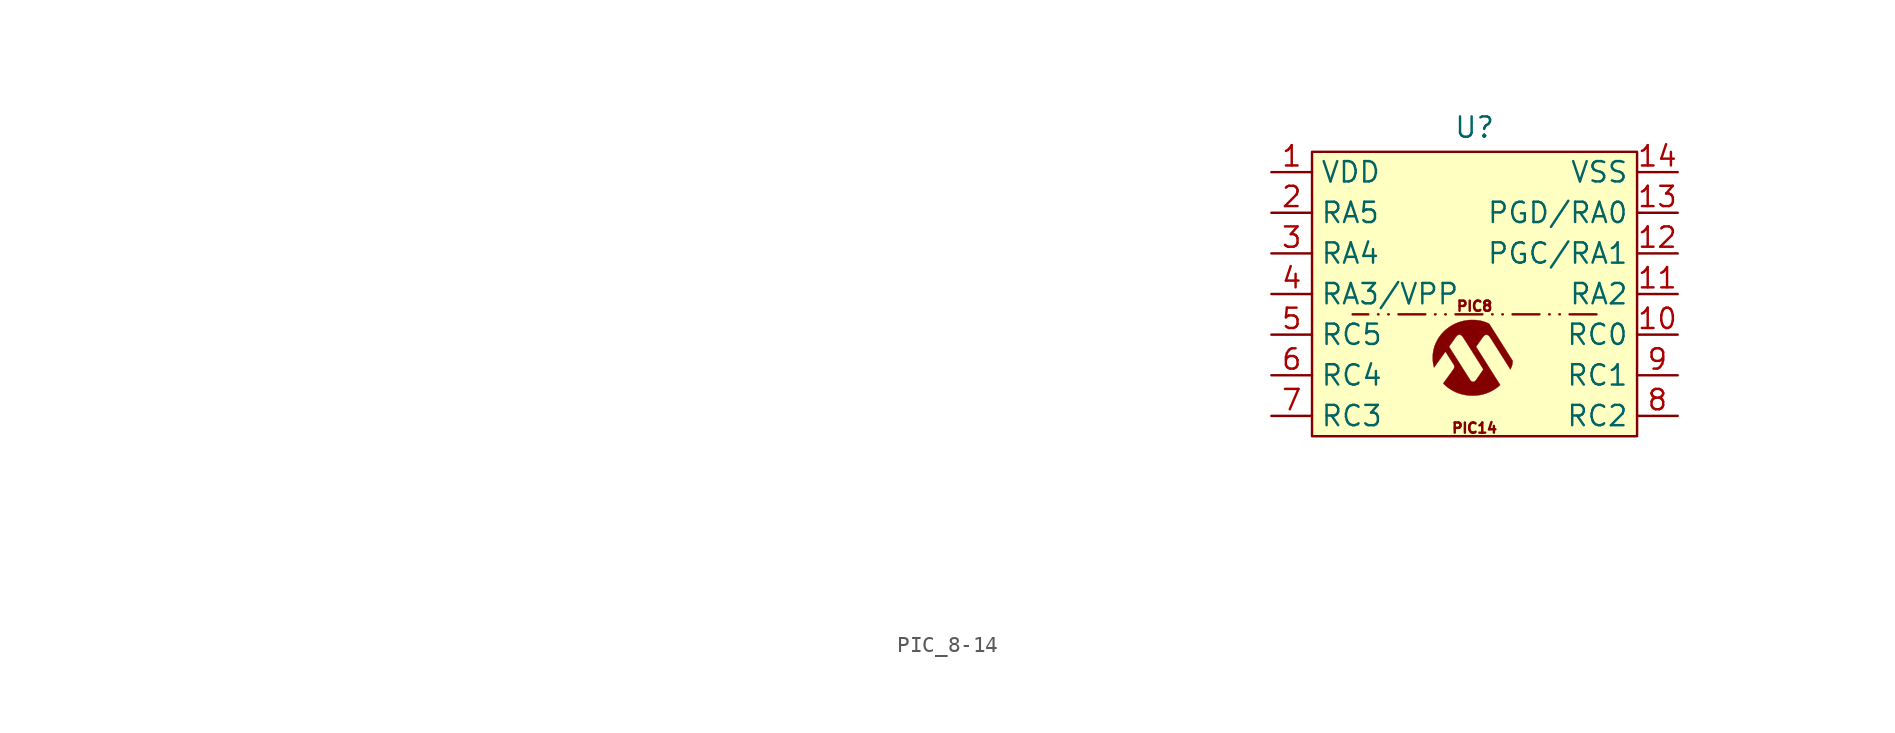
<source format=kicad_sym>
(kicad_symbol_lib
  (version 20241209)
  (generator "kicad_symbol_editor")
  (generator_version "9.0")
  (symbol "PIC_8-14"
    (property "Reference" "U"
      (at 0 10.414 0)
      (effects (font (size 1.27 1.27))))
    (property "Value" ""
      (at -78.74 -17.78 0)
      (effects (font (size 1.27 1.27))))
    (symbol "PIC_8-14_0_0"
      (polyline (pts (xy 0 -6.35) (xy 0.105 -6.343) (xy 0.207 -6.333) (xy 0.214 -6.332) (xy 0.339 -6.313) (xy 0.462 -6.288) (xy 0.584 -6.257) (xy 0.703 -6.22) (xy 0.82 -6.178) (xy 0.934 -6.129) (xy 1.047 -6.075) (xy 1.156 -6.015) (xy 1.263 -5.95) (xy 1.366 -5.879) (xy 1.467 -5.802) (xy 1.476 -5.795) (xy 1.491 -5.783) (xy 1.507 -5.769) (xy 1.524 -5.755) (xy 1.541 -5.74) (xy 1.557 -5.726) (xy 1.571 -5.713) (xy 1.584 -5.702) (xy 1.594 -5.693) (xy 1.601 -5.687) (xy 1.603 -5.684) (xy 1.602 -5.682) (xy 1.599 -5.677) (xy 1.597 -5.676) (xy 1.593 -5.669) (xy 1.586 -5.658) (xy 1.576 -5.643) (xy 1.565 -5.625) (xy 1.552 -5.604) (xy 1.537 -5.581) (xy 1.522 -5.557) (xy 1.507 -5.535) (xy 1.486 -5.501) (xy 1.464 -5.465) (xy 1.44 -5.428) (xy 1.417 -5.392) (xy 1.396 -5.358) (xy 1.377 -5.328) (xy 1.363 -5.306) (xy 1.342 -5.273) (xy 1.32 -5.238) (xy 1.298 -5.203) (xy 1.276 -5.168) (xy 1.256 -5.136) (xy 1.238 -5.108) (xy 1.237 -5.107) (xy 1.223 -5.084) (xy 1.206 -5.058) (xy 1.187 -5.028) (xy 1.166 -4.995) (xy 1.144 -4.959) (xy 1.121 -4.923) (xy 1.098 -4.887) (xy 1.075 -4.851) (xy 1.053 -4.816) (xy 1.034 -4.787) (xy 1.01 -4.748) (xy 0.984 -4.707) (xy 0.958 -4.665) (xy 0.931 -4.623) (xy 0.906 -4.583) (xy 0.881 -4.545) (xy 0.859 -4.51) (xy 0.84 -4.479) (xy 0.82 -4.448) (xy 0.796 -4.41) (xy 0.771 -4.37) (xy 0.744 -4.328) (xy 0.718 -4.286) (xy 0.692 -4.245) (xy 0.667 -4.206) (xy 0.645 -4.171) (xy 0.644 -4.169) (xy 0.622 -4.135) (xy 0.599 -4.097) (xy 0.574 -4.058) (xy 0.549 -4.019) (xy 0.524 -3.98) (xy 0.501 -3.944) (xy 0.48 -3.91) (xy 0.461 -3.88) (xy 0.446 -3.857) (xy 0.428 -3.828) (xy 0.407 -3.795) (xy 0.385 -3.759) (xy 0.361 -3.721) (xy 0.336 -3.681) (xy 0.31 -3.641) (xy 0.284 -3.6) (xy 0.259 -3.56) (xy 0.235 -3.522) (xy 0.092 -3.296) (xy 0.162 -3.198) (xy 0.21 -3.131) (xy 0.255 -3.068) (xy 0.296 -3.009) (xy 0.336 -2.954) (xy 0.373 -2.901) (xy 0.408 -2.851) (xy 0.443 -2.803) (xy 0.476 -2.755) (xy 0.483 -2.746) (xy 0.498 -2.724) (xy 0.513 -2.703) (xy 0.527 -2.684) (xy 0.54 -2.668) (xy 0.55 -2.655) (xy 0.557 -2.646) (xy 0.585 -2.616) (xy 0.616 -2.59) (xy 0.648 -2.57) (xy 0.68 -2.556) (xy 0.712 -2.548) (xy 0.744 -2.545) (xy 0.775 -2.549) (xy 0.776 -2.549) (xy 0.798 -2.556) (xy 0.821 -2.566) (xy 0.845 -2.577) (xy 0.865 -2.59) (xy 0.875 -2.598) (xy 0.892 -2.613) (xy 0.909 -2.63) (xy 0.927 -2.648) (xy 0.942 -2.666) (xy 0.943 -2.668) (xy 0.946 -2.672) (xy 0.95 -2.678) (xy 0.956 -2.685) (xy 0.962 -2.694) (xy 0.969 -2.705) (xy 0.977 -2.718) (xy 0.987 -2.733) (xy 0.999 -2.751) (xy 1.011 -2.77) (xy 1.026 -2.793) (xy 1.042 -2.818) (xy 1.06 -2.846) (xy 1.079 -2.877) (xy 1.101 -2.911) (xy 1.125 -2.948) (xy 1.151 -2.989) (xy 1.179 -3.034) (xy 1.21 -3.082) (xy 1.243 -3.134) (xy 1.278 -3.19) (xy 1.317 -3.251) (xy 1.357 -3.315) (xy 1.401 -3.385) (xy 1.448 -3.458) (xy 1.498 -3.537) (xy 1.55 -3.62) (xy 1.606 -3.709) (xy 1.665 -3.803) (xy 1.699 -3.856) (xy 1.75 -3.937) (xy 1.798 -4.013) (xy 1.843 -4.083) (xy 1.884 -4.149) (xy 1.923 -4.211) (xy 1.959 -4.268) (xy 1.992 -4.32) (xy 2.022 -4.368) (xy 2.05 -4.412) (xy 2.076 -4.453) (xy 2.099 -4.489) (xy 2.12 -4.522) (xy 2.138 -4.552) (xy 2.155 -4.578) (xy 2.169 -4.601) (xy 2.182 -4.622) (xy 2.193 -4.639) (xy 2.202 -4.654) (xy 2.21 -4.666) (xy 2.216 -4.676) (xy 2.221 -4.684) (xy 2.23 -4.698) (xy 2.237 -4.708) (xy 2.242 -4.713) (xy 2.244 -4.714) (xy 2.245 -4.71) (xy 2.249 -4.7) (xy 2.255 -4.687) (xy 2.262 -4.671) (xy 2.27 -4.652) (xy 2.279 -4.631) (xy 2.28 -4.63) (xy 2.294 -4.596) (xy 2.307 -4.567) (xy 2.317 -4.543) (xy 2.325 -4.521) (xy 2.332 -4.501) (xy 2.338 -4.482) (xy 2.344 -4.465) (xy 2.347 -4.453) (xy 2.359 -4.403) (xy 2.368 -4.348) (xy 2.375 -4.288) (xy 2.38 -4.223) (xy 2.382 -4.175) (xy 2.368 -4.152) (xy 2.366 -4.151) (xy 2.361 -4.143) (xy 2.353 -4.13) (xy 2.343 -4.114) (xy 2.33 -4.093) (xy 2.315 -4.07) (xy 2.299 -4.044) (xy 2.281 -4.016) (xy 2.262 -3.987) (xy 2.243 -3.956) (xy 2.223 -3.925) (xy 2.204 -3.894) (xy 2.185 -3.864) (xy 2.166 -3.835) (xy 2.149 -3.807) (xy 2.133 -3.782) (xy 2.118 -3.759) (xy 2.106 -3.739) (xy 2.099 -3.729) (xy 2.087 -3.709) (xy 2.073 -3.687) (xy 2.059 -3.665) (xy 2.046 -3.645) (xy 2.038 -3.632) (xy 2.026 -3.614) (xy 2.013 -3.592) (xy 1.997 -3.568) (xy 1.98 -3.541) (xy 1.962 -3.513) (xy 1.944 -3.484) (xy 1.926 -3.455) (xy 1.914 -3.437) (xy 1.9 -3.414) (xy 1.885 -3.391) (xy 1.871 -3.368) (xy 1.856 -3.345) (xy 1.841 -3.321) (xy 1.825 -3.296) (xy 1.808 -3.269) (xy 1.79 -3.241) (xy 1.77 -3.209) (xy 1.749 -3.175) (xy 1.725 -3.138) (xy 1.699 -3.096) (xy 1.67 -3.051) (xy 1.638 -3.002) (xy 1.604 -2.947) (xy 1.603 -2.946) (xy 1.586 -2.919) (xy 1.568 -2.891) (xy 1.55 -2.863) (xy 1.533 -2.836) (xy 1.518 -2.811) (xy 1.504 -2.789) (xy 1.493 -2.771) (xy 1.491 -2.769) (xy 1.482 -2.755) (xy 1.47 -2.736) (xy 1.456 -2.713) (xy 1.439 -2.687) (xy 1.421 -2.658) (xy 1.401 -2.626) (xy 1.379 -2.592) (xy 1.357 -2.558) (xy 1.335 -2.522) (xy 1.312 -2.486) (xy 1.289 -2.45) (xy 1.253 -2.393) (xy 1.22 -2.34) (xy 1.189 -2.292) (xy 1.161 -2.248) (xy 1.136 -2.209) (xy 1.114 -2.173) (xy 1.093 -2.14) (xy 1.074 -2.111) (xy 1.058 -2.084) (xy 1.042 -2.06) (xy 1.029 -2.038) (xy 1.016 -2.019) (xy 1.005 -2.001) (xy 0.994 -1.984) (xy 0.984 -1.968) (xy 0.975 -1.954) (xy 0.966 -1.939) (xy 0.962 -1.934) (xy 0.95 -1.914) (xy 0.938 -1.896) (xy 0.928 -1.88) (xy 0.92 -1.868) (xy 0.915 -1.86) (xy 0.912 -1.856) (xy 0.912 -1.856) (xy 0.907 -1.853) (xy 0.896 -1.847) (xy 0.881 -1.84) (xy 0.862 -1.832) (xy 0.841 -1.822) (xy 0.817 -1.812) (xy 0.791 -1.801) (xy 0.765 -1.79) (xy 0.739 -1.78) (xy 0.713 -1.77) (xy 0.689 -1.76) (xy 0.666 -1.752) (xy 0.647 -1.745) (xy 0.636 -1.742) (xy 0.614 -1.734) (xy 0.589 -1.726) (xy 0.562 -1.718) (xy 0.535 -1.71) (xy 0.509 -1.702) (xy 0.486 -1.696) (xy 0.468 -1.691) (xy 0.465 -1.69) (xy 0.427 -1.681) (xy 0.384 -1.672) (xy 0.338 -1.663) (xy 0.291 -1.655) (xy 0.244 -1.648) (xy 0.198 -1.641) (xy 0.157 -1.636) (xy 0.147 -1.635) (xy 0.121 -1.632) (xy 0.098 -1.63) (xy 0.077 -1.628) (xy 0.056 -1.627) (xy 0.036 -1.626) (xy 0.015 -1.625) (xy -0.009 -1.624) (xy -0.035 -1.624) (xy -0.064 -1.624) (xy -0.098 -1.623) (xy -0.137 -1.623) (xy -0.157 -1.623) (xy -0.192 -1.624) (xy -0.222 -1.624) (xy -0.247 -1.624) (xy -0.269 -1.624) (xy -0.288 -1.625) (xy -0.305 -1.626) (xy -0.321 -1.627) (xy -0.337 -1.628) (xy -0.352 -1.629) (xy -0.369 -1.631) (xy -0.431 -1.637) (xy -0.561 -1.656) (xy -0.687 -1.68) (xy -0.811 -1.71) (xy -0.932 -1.746) (xy -1.051 -1.787) (xy -1.167 -1.835) (xy -1.28 -1.887) (xy -1.391 -1.946) (xy -1.499 -2.01) (xy -1.549 -2.043) (xy -1.649 -2.113) (xy -1.745 -2.187) (xy -1.837 -2.266) (xy -1.925 -2.349) (xy -2.009 -2.436) (xy -2.087 -2.526) (xy -2.161 -2.62) (xy -2.229 -2.716) (xy -2.292 -2.816) (xy -2.338 -2.897) (xy -2.393 -3.004) (xy -2.442 -3.113) (xy -2.485 -3.224) (xy -2.508 -3.294) (xy -1.594 -3.294) (xy -1.593 -3.291) (xy -1.592 -3.286) (xy -1.588 -3.28) (xy -1.583 -3.271) (xy -1.575 -3.259) (xy -1.564 -3.244) (xy -1.551 -3.224) (xy -1.534 -3.2) (xy -1.525 -3.189) (xy -1.507 -3.162) (xy -1.485 -3.132) (xy -1.462 -3.1) (xy -1.438 -3.065) (xy -1.412 -3.029) (xy -1.386 -2.992) (xy -1.36 -2.955) (xy -1.334 -2.919) (xy -1.309 -2.884) (xy -1.285 -2.85) (xy -1.264 -2.819) (xy -1.244 -2.792) (xy -1.227 -2.768) (xy -1.214 -2.748) (xy -1.208 -2.741) (xy -1.189 -2.713) (xy -1.172 -2.69) (xy -1.158 -2.67) (xy -1.145 -2.654) (xy -1.135 -2.641) (xy -1.125 -2.629) (xy -1.115 -2.619) (xy -1.106 -2.611) (xy -1.096 -2.602) (xy -1.085 -2.593) (xy -1.056 -2.572) (xy -1.024 -2.555) (xy -0.992 -2.544) (xy -0.959 -2.539) (xy -0.926 -2.54) (xy -0.893 -2.548) (xy -0.86 -2.562) (xy -0.858 -2.563) (xy -0.834 -2.578) (xy -0.809 -2.597) (xy -0.784 -2.619) (xy -0.76 -2.644) (xy -0.739 -2.67) (xy -0.739 -2.67) (xy -0.734 -2.677) (xy -0.726 -2.689) (xy -0.715 -2.706) (xy -0.701 -2.728) (xy -0.684 -2.755) (xy -0.663 -2.787) (xy -0.64 -2.824) (xy -0.613 -2.866) (xy -0.583 -2.913) (xy -0.549 -2.965) (xy -0.513 -3.023) (xy -0.473 -3.085) (xy -0.43 -3.153) (xy -0.384 -3.226) (xy -0.335 -3.304) (xy -0.282 -3.387) (xy -0.226 -3.476) (xy -0.167 -3.569) (xy -0.105 -3.668) (xy -0.039 -3.773) (xy 0.03 -3.882) (xy 0.103 -3.997) (xy 0.178 -4.117) (xy 0.258 -4.242) (xy 0.34 -4.373) (xy 0.355 -4.397) (xy 0.374 -4.427) (xy 0.395 -4.46) (xy 0.417 -4.495) (xy 0.438 -4.529) (xy 0.459 -4.561) (xy 0.478 -4.591) (xy 0.488 -4.608) (xy 0.503 -4.631) (xy 0.516 -4.653) (xy 0.528 -4.672) (xy 0.538 -4.688) (xy 0.545 -4.701) (xy 0.55 -4.709) (xy 0.551 -4.713) (xy 0.551 -4.713) (xy 0.55 -4.716) (xy 0.547 -4.721) (xy 0.542 -4.729) (xy 0.534 -4.741) (xy 0.524 -4.756) (xy 0.512 -4.774) (xy 0.497 -4.796) (xy 0.479 -4.822) (xy 0.459 -4.852) (xy 0.435 -4.886) (xy 0.409 -4.924) (xy 0.38 -4.967) (xy 0.347 -5.014) (xy 0.311 -5.066) (xy 0.272 -5.122) (xy 0.229 -5.184) (xy 0.221 -5.195) (xy 0.203 -5.222) (xy 0.185 -5.248) (xy 0.168 -5.272) (xy 0.153 -5.293) (xy 0.141 -5.312) (xy 0.13 -5.327) (xy 0.122 -5.339) (xy 0.118 -5.345) (xy 0.106 -5.362) (xy 0.079 -5.396) (xy 0.051 -5.425) (xy 0.021 -5.45) (xy -0.008 -5.469) (xy -0.037 -5.483) (xy -0.066 -5.49) (xy -0.076 -5.492) (xy -0.087 -5.493) (xy -0.093 -5.493) (xy -0.112 -5.491) (xy -0.141 -5.484) (xy -0.169 -5.473) (xy -0.173 -5.47) (xy -0.201 -5.452) (xy -0.228 -5.428) (xy -0.255 -5.399) (xy -0.281 -5.365) (xy -0.306 -5.326) (xy -0.306 -5.326) (xy -0.313 -5.315) (xy -0.322 -5.3) (xy -0.333 -5.282) (xy -0.345 -5.264) (xy -0.357 -5.245) (xy -0.36 -5.239) (xy -0.372 -5.22) (xy -0.387 -5.198) (xy -0.403 -5.173) (xy -0.419 -5.147) (xy -0.436 -5.12) (xy -0.452 -5.095) (xy -0.454 -5.092) (xy -0.468 -5.069) (xy -0.485 -5.043) (xy -0.504 -5.013) (xy -0.524 -4.981) (xy -0.545 -4.948) (xy -0.567 -4.914) (xy -0.588 -4.881) (xy -0.608 -4.849) (xy -0.626 -4.821) (xy -0.65 -4.783) (xy -0.675 -4.743) (xy -0.702 -4.702) (xy -0.728 -4.66) (xy -0.753 -4.62) (xy -0.777 -4.583) (xy -0.798 -4.55) (xy -0.804 -4.541) (xy -0.823 -4.511) (xy -0.844 -4.477) (xy -0.868 -4.44) (xy -0.893 -4.4) (xy -0.919 -4.359) (xy -0.945 -4.318) (xy -0.972 -4.277) (xy -0.997 -4.237) (xy -1.021 -4.199) (xy -1.041 -4.167) (xy -1.062 -4.134) (xy -1.083 -4.101) (xy -1.103 -4.07) (xy -1.121 -4.042) (xy -1.137 -4.015) (xy -1.152 -3.993) (xy -1.164 -3.973) (xy -1.174 -3.958) (xy -1.18 -3.948) (xy -1.185 -3.94) (xy -1.194 -3.926) (xy -1.206 -3.907) (xy -1.22 -3.885) (xy -1.237 -3.859) (xy -1.255 -3.83) (xy -1.275 -3.799) (xy -1.296 -3.765) (xy -1.319 -3.73) (xy -1.342 -3.694) (xy -1.365 -3.657) (xy -1.389 -3.62) (xy -1.412 -3.583) (xy -1.435 -3.547) (xy -1.457 -3.512) (xy -1.478 -3.479) (xy -1.498 -3.448) (xy -1.516 -3.42) (xy -1.532 -3.394) (xy -1.545 -3.373) (xy -1.557 -3.355) (xy -1.568 -3.337) (xy -1.578 -3.321) (xy -1.585 -3.309) (xy -1.591 -3.3) (xy -1.593 -3.295) (xy -1.594 -3.294) (xy -2.508 -3.294) (xy -2.522 -3.336) (xy -2.553 -3.451) (xy -2.578 -3.567) (xy -2.596 -3.685) (xy -2.609 -3.805) (xy -2.611 -3.828) (xy -2.612 -3.855) (xy -2.612 -3.887) (xy -2.613 -3.922) (xy -2.613 -3.959) (xy -2.613 -3.997) (xy -2.612 -4.035) (xy -2.612 -4.072) (xy -2.611 -4.107) (xy -2.609 -4.138) (xy -2.608 -4.166) (xy -2.606 -4.188) (xy -2.598 -4.258) (xy -2.587 -4.336) (xy -2.574 -4.411) (xy -2.559 -4.485) (xy -2.54 -4.559) (xy -2.537 -4.572) (xy -2.534 -4.583) (xy -2.531 -4.59) (xy -2.53 -4.592) (xy -2.528 -4.592) (xy -2.526 -4.589) (xy -2.524 -4.586) (xy -2.518 -4.578) (xy -2.509 -4.566) (xy -2.498 -4.549) (xy -2.483 -4.529) (xy -2.466 -4.505) (xy -2.447 -4.478) (xy -2.426 -4.449) (xy -2.403 -4.416) (xy -2.378 -4.382) (xy -2.353 -4.346) (xy -2.326 -4.308) (xy -2.298 -4.269) (xy -2.27 -4.23) (xy -2.241 -4.19) (xy -2.213 -4.15) (xy -2.184 -4.11) (xy -2.156 -4.071) (xy -2.129 -4.032) (xy -2.102 -3.995) (xy -2.077 -3.959) (xy -2.053 -3.926) (xy -2.031 -3.894) (xy -2.01 -3.866) (xy -1.992 -3.84) (xy -1.976 -3.817) (xy -1.962 -3.798) (xy -1.951 -3.783) (xy -1.944 -3.773) (xy -1.943 -3.772) (xy -1.928 -3.751) (xy -1.911 -3.726) (xy -1.893 -3.702) (xy -1.876 -3.678) (xy -1.862 -3.658) (xy -1.858 -3.652) (xy -1.846 -3.637) (xy -1.837 -3.623) (xy -1.829 -3.612) (xy -1.823 -3.605) (xy -1.821 -3.602) (xy -1.819 -3.604) (xy -1.813 -3.612) (xy -1.806 -3.623) (xy -1.795 -3.639) (xy -1.783 -3.657) (xy -1.769 -3.679) (xy -1.754 -3.702) (xy -1.738 -3.728) (xy -1.712 -3.768) (xy -1.67 -3.835) (xy -1.63 -3.897) (xy -1.594 -3.954) (xy -1.56 -4.006) (xy -1.53 -4.054) (xy -1.502 -4.098) (xy -1.477 -4.137) (xy -1.454 -4.173) (xy -1.434 -4.205) (xy -1.415 -4.233) (xy -1.399 -4.258) (xy -1.385 -4.28) (xy -1.373 -4.299) (xy -1.363 -4.316) (xy -1.354 -4.329) (xy -1.346 -4.34) (xy -1.34 -4.349) (xy -1.335 -4.356) (xy -1.332 -4.362) (xy -1.329 -4.365) (xy -1.319 -4.38) (xy -1.3 -4.412) (xy -1.284 -4.447) (xy -1.272 -4.482) (xy -1.265 -4.516) (xy -1.262 -4.55) (xy -1.264 -4.581) (xy -1.265 -4.585) (xy -1.269 -4.606) (xy -1.276 -4.629) (xy -1.284 -4.649) (xy -1.292 -4.665) (xy -1.292 -4.666) (xy -1.295 -4.672) (xy -1.301 -4.68) (xy -1.308 -4.69) (xy -1.317 -4.704) (xy -1.329 -4.721) (xy -1.344 -4.741) (xy -1.361 -4.765) (xy -1.382 -4.794) (xy -1.406 -4.827) (xy -1.433 -4.865) (xy -1.436 -4.869) (xy -1.452 -4.89) (xy -1.468 -4.913) (xy -1.484 -4.935) (xy -1.499 -4.955) (xy -1.511 -4.972) (xy -1.516 -4.979) (xy -1.523 -4.988) (xy -1.53 -4.999) (xy -1.539 -5.011) (xy -1.549 -5.025) (xy -1.561 -5.041) (xy -1.574 -5.06) (xy -1.59 -5.081) (xy -1.607 -5.105) (xy -1.627 -5.133) (xy -1.65 -5.164) (xy -1.675 -5.199) (xy -1.703 -5.238) (xy -1.734 -5.281) (xy -1.769 -5.329) (xy -1.807 -5.381) (xy -1.812 -5.387) (xy -1.827 -5.409) (xy -1.844 -5.431) (xy -1.86 -5.454) (xy -1.874 -5.474) (xy -1.886 -5.49) (xy -1.894 -5.501) (xy -1.906 -5.518) (xy -1.919 -5.535) (xy -1.93 -5.55) (xy -1.938 -5.561) (xy -1.957 -5.586) (xy -1.937 -5.607) (xy -1.921 -5.623) (xy -1.873 -5.671) (xy -1.82 -5.719) (xy -1.764 -5.767) (xy -1.707 -5.814) (xy -1.65 -5.859) (xy -1.602 -5.894) (xy -1.5 -5.962) (xy -1.397 -6.024) (xy -1.29 -6.081) (xy -1.179 -6.134) (xy -1.11 -6.163) (xy -0.995 -6.207) (xy -0.876 -6.245) (xy -0.756 -6.277) (xy -0.633 -6.304) (xy -0.509 -6.325) (xy -0.383 -6.341) (xy -0.257 -6.35) (xy -0.209 -6.352) (xy -0.105 -6.353) (xy 0 -6.35)) (stroke (width 0.01) (type default)) (fill (type outline))))
    (symbol "PIC_8-14_1_1"
      (rectangle (start -10.16 8.89) (end 10.16 -8.89) (stroke (width 0) (type solid)) (fill (type background)))
      (polyline (pts (xy 7.62 -1.27) (xy -7.62 -1.27)) (stroke (width 0) (type dash_dot_dot)) (fill (type none)))
      (text "PIC8" (at 0 -0.762 0) (effects (font (size 0.635 0.635))))
      (text "PIC14" (at 0 -8.382 0) (effects (font (size 0.635 0.635))))
      (pin power_in line (at -12.7 7.62 0) (length 2.54) (name "VDD" (effects (font (size 1.27 1.27)))) (number "1" (effects (font (size 1.27 1.27)))))
      (pin bidirectional line (at -12.7 5.08 0) (length 2.54) (name "RA5" (effects (font (size 1.27 1.27)))) (number "2" (effects (font (size 1.27 1.27)))))
      (pin bidirectional line (at -12.7 2.54 0) (length 2.54) (name "RA4" (effects (font (size 1.27 1.27)))) (number "3" (effects (font (size 1.27 1.27)))))
      (pin bidirectional line (at -12.7 0 0) (length 2.54) (name "RA3/VPP" (effects (font (size 1.27 1.27)))) (number "4" (effects (font (size 1.27 1.27)))))
      (pin bidirectional line (at -12.7 -2.54 0) (length 2.54) (name "RC5" (effects (font (size 1.27 1.27)))) (number "5" (effects (font (size 1.27 1.27)))))
      (pin bidirectional line (at -12.7 -5.08 0) (length 2.54) (name "RC4" (effects (font (size 1.27 1.27)))) (number "6" (effects (font (size 1.27 1.27)))))
      (pin bidirectional line (at -12.7 -7.62 0) (length 2.54) (name "RC3" (effects (font (size 1.27 1.27)))) (number "7" (effects (font (size 1.27 1.27)))))
      (pin power_in line (at 12.7 7.62 180) (length 2.54) (name "VSS" (effects (font (size 1.27 1.27)))) (number "14" (effects (font (size 1.27 1.27)))))
      (pin bidirectional line (at 12.7 5.08 180) (length 2.54) (name "PGD/RA0" (effects (font (size 1.27 1.27)))) (number "13" (effects (font (size 1.27 1.27)))))
      (pin bidirectional line (at 12.7 2.54 180) (length 2.54) (name "PGC/RA1" (effects (font (size 1.27 1.27)))) (number "12" (effects (font (size 1.27 1.27)))))
      (pin bidirectional line (at 12.7 0 180) (length 2.54) (name "RA2" (effects (font (size 1.27 1.27)))) (number "11" (effects (font (size 1.27 1.27)))))
      (pin bidirectional line (at 12.7 -2.54 180) (length 2.54) (name "RC0" (effects (font (size 1.27 1.27)))) (number "10" (effects (font (size 1.27 1.27)))))
      (pin bidirectional line (at 12.7 -5.08 180) (length 2.54) (name "RC1" (effects (font (size 1.27 1.27)))) (number "9" (effects (font (size 1.27 1.27)))))
      (pin bidirectional line (at 12.7 -7.62 180) (length 2.54) (name "RC2" (effects (font (size 1.27 1.27)))) (number "8" (effects (font (size 1.27 1.27))))))))
</source>
